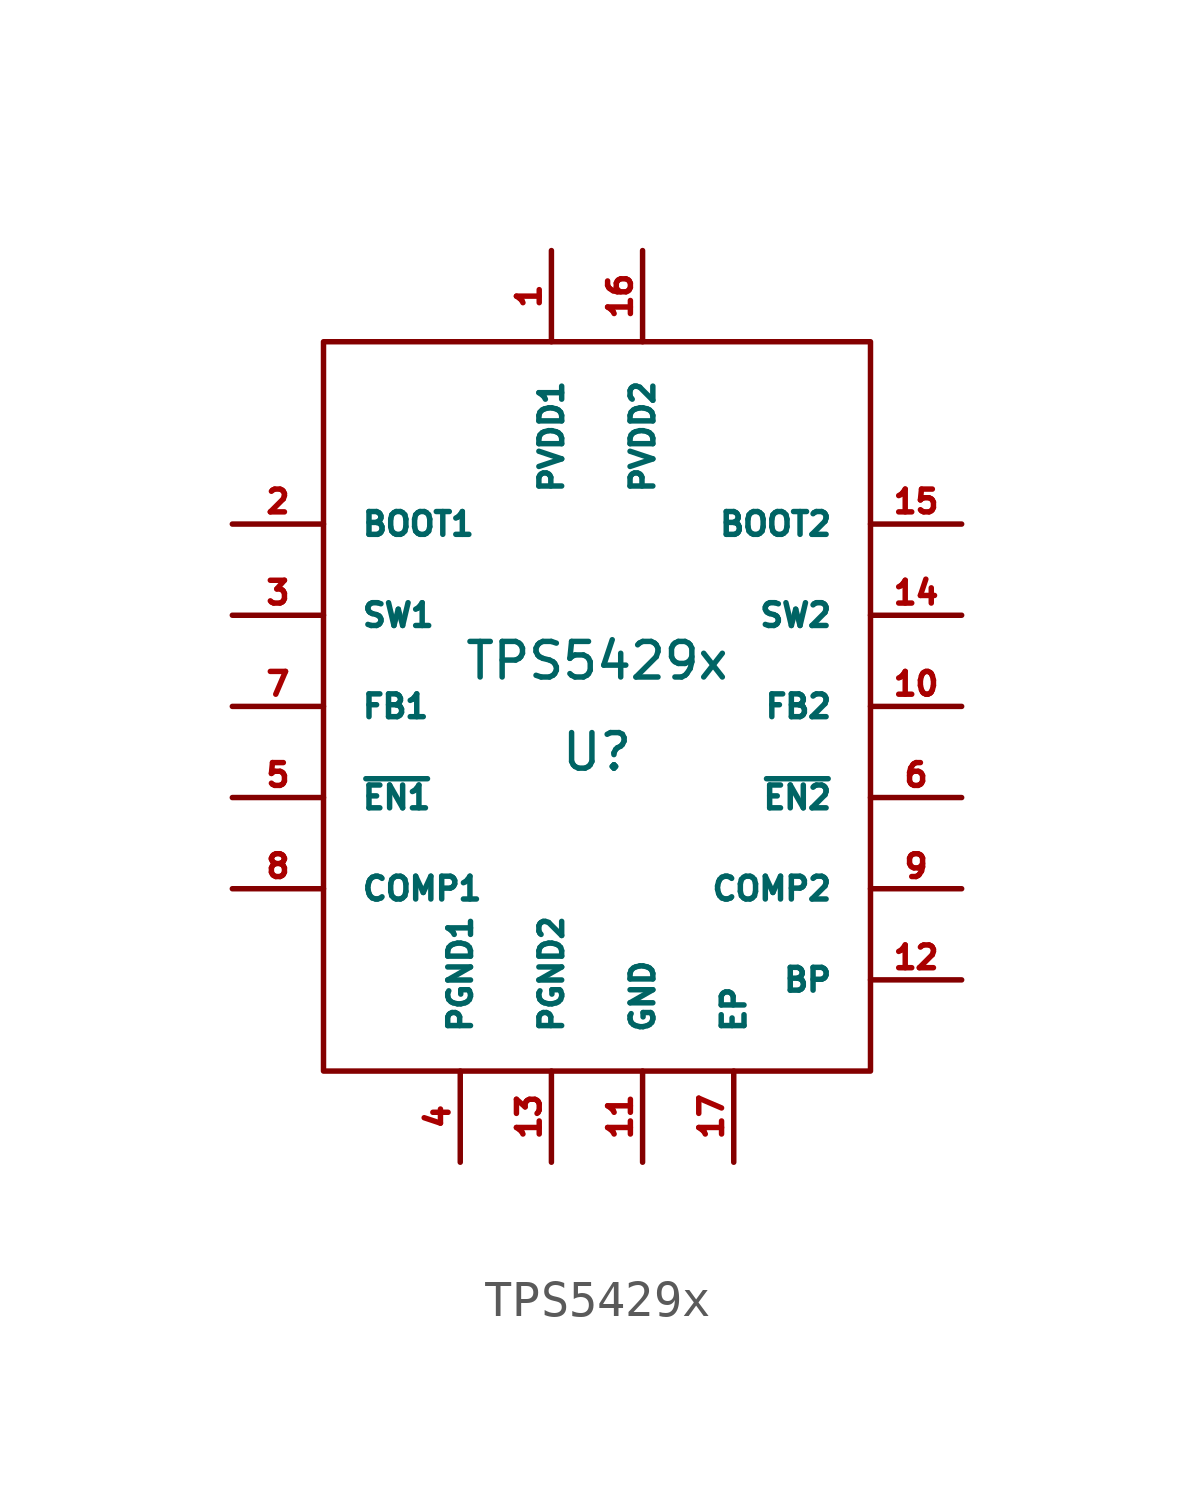
<source format=kicad_sym>
(kicad_symbol_lib
  (version 20211014)
  (generator kicad_symbol_editor)
  (symbol "TPS5429x"
    (pin_names
      (offset 1.016))
    (property "Reference" "U"
      (at 0 -5.08 0)
      (effects (font (size 0.991 0.991))))
    (property "Value" "TPS5429x"
      (at 0 -2.54 0)
      (effects (font (size 0.991 0.991))))
    (symbol "TPS5429x_0_0"
      (pin power_in line (at -1.27 8.89 270) (length 2.54) (name "PVDD1" (effects (font (size 0.635 0.635)))) (number "1" (effects (font (size 0.635 0.635)))))
      (pin input line (at 10.16 -3.81 180) (length 2.54) (name "FB2" (effects (font (size 0.635 0.635)))) (number "10" (effects (font (size 0.635 0.635)))))
      (pin power_in line (at 1.27 -16.51 90) (length 2.54) (name "GND" (effects (font (size 0.635 0.635)))) (number "11" (effects (font (size 0.635 0.635)))))
      (pin passive line (at 10.16 -11.43 180) (length 2.54) (name "BP" (effects (font (size 0.635 0.635)))) (number "12" (effects (font (size 0.635 0.635)))))
      (pin power_in line (at -1.27 -16.51 90) (length 2.54) (name "PGND2" (effects (font (size 0.635 0.635)))) (number "13" (effects (font (size 0.635 0.635)))))
      (pin output line (at 10.16 -1.27 180) (length 2.54) (name "SW2" (effects (font (size 0.635 0.635)))) (number "14" (effects (font (size 0.635 0.635)))))
      (pin output line (at 10.16 1.27 180) (length 2.54) (name "BOOT2" (effects (font (size 0.635 0.635)))) (number "15" (effects (font (size 0.635 0.635)))))
      (pin power_in line (at 1.27 8.89 270) (length 2.54) (name "PVDD2" (effects (font (size 0.635 0.635)))) (number "16" (effects (font (size 0.635 0.635)))))
      (pin power_in line (at 3.81 -16.51 90) (length 2.54) (name "EP" (effects (font (size 0.635 0.635)))) (number "17" (effects (font (size 0.635 0.635)))))
      (pin output line (at -10.16 1.27 0) (length 2.54) (name "BOOT1" (effects (font (size 0.635 0.635)))) (number "2" (effects (font (size 0.635 0.635)))))
      (pin output line (at -10.16 -1.27 0) (length 2.54) (name "SW1" (effects (font (size 0.635 0.635)))) (number "3" (effects (font (size 0.635 0.635)))))
      (pin power_in line (at -3.81 -16.51 90) (length 2.54) (name "PGND1" (effects (font (size 0.635 0.635)))) (number "4" (effects (font (size 0.635 0.635)))))
      (pin input line (at -10.16 -6.35 0) (length 2.54) (name "~{EN1}" (effects (font (size 0.635 0.635)))) (number "5" (effects (font (size 0.635 0.635)))))
      (pin input line (at 10.16 -6.35 180) (length 2.54) (name "~{EN2}" (effects (font (size 0.635 0.635)))) (number "6" (effects (font (size 0.635 0.635)))))
      (pin input line (at -10.16 -3.81 0) (length 2.54) (name "FB1" (effects (font (size 0.635 0.635)))) (number "7" (effects (font (size 0.635 0.635)))))
      (pin passive line (at -10.16 -8.89 0) (length 2.54) (name "COMP1" (effects (font (size 0.635 0.635)))) (number "8" (effects (font (size 0.635 0.635)))))
      (pin passive line (at 10.16 -8.89 180) (length 2.54) (name "COMP2" (effects (font (size 0.635 0.635)))) (number "9" (effects (font (size 0.635 0.635))))))
    (symbol "TPS5429x_0_1"
      (rectangle (start -7.62 6.35) (end 7.62 -13.97) (stroke (width 0) (type default) (color 0 0 0 0)) (fill (type none))))))
</source>
